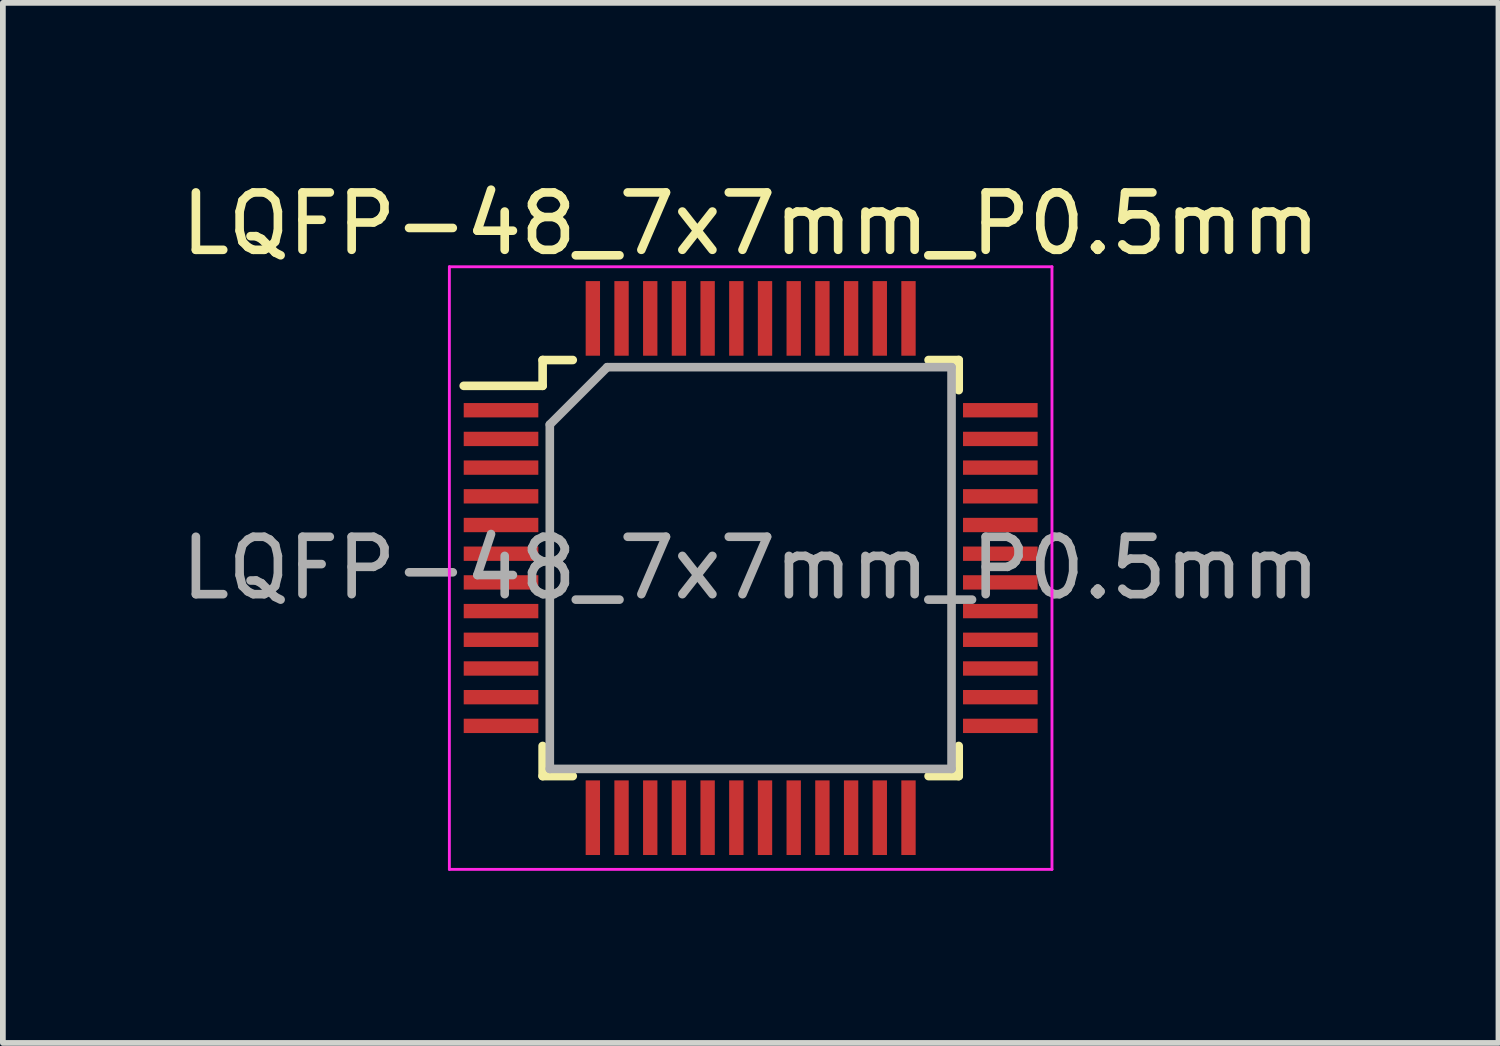
<source format=kicad_pcb>
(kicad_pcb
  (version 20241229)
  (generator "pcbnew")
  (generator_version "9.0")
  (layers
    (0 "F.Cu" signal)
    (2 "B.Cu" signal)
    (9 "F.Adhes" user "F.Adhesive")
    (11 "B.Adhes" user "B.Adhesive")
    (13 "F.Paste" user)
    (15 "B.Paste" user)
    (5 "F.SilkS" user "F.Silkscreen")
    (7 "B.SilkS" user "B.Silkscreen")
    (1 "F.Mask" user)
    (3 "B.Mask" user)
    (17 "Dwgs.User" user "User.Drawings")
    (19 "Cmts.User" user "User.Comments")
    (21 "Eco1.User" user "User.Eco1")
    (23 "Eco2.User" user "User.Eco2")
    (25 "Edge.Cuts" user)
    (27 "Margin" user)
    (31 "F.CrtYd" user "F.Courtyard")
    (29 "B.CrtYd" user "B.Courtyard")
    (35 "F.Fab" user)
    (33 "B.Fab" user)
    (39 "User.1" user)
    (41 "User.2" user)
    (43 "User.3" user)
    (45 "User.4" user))
  (footprint "LQFP-48_7x7mm_P0.5mm"
    (layer "F.Cu")
    (at 10.03 6.848)
    (property "Reference" "LQFP-48_7x7mm_P0.5mm" (at 0 -6 0) (layer "F.SilkS") (effects (font (size 1 1) (thickness 0.15))))
    (attr smd)
    (fp_line (start -3.625 -3.625) (end -3.625 -3.175) (stroke (width 0.15) (type solid)) (layer "F.SilkS"))
    (fp_line (start -3.625 -3.625) (end -3.1 -3.625) (stroke (width 0.15) (type solid)) (layer "F.SilkS"))
    (fp_line (start -3.625 -3.175) (end -5 -3.175) (stroke (width 0.15) (type solid)) (layer "F.SilkS"))
    (fp_line (start -3.625 3.625) (end -3.625 3.1) (stroke (width 0.15) (type solid)) (layer "F.SilkS"))
    (fp_line (start -3.625 3.625) (end -3.1 3.625) (stroke (width 0.15) (type solid)) (layer "F.SilkS"))
    (fp_line (start 3.625 -3.625) (end 3.1 -3.625) (stroke (width 0.15) (type solid)) (layer "F.SilkS"))
    (fp_line (start 3.625 -3.625) (end 3.625 -3.1) (stroke (width 0.15) (type solid)) (layer "F.SilkS"))
    (fp_line (start 3.625 3.625) (end 3.1 3.625) (stroke (width 0.15) (type solid)) (layer "F.SilkS"))
    (fp_line (start 3.625 3.625) (end 3.625 3.1) (stroke (width 0.15) (type solid)) (layer "F.SilkS"))
    (fp_line (start -5.25 -5.25) (end -5.25 5.25) (stroke (width 0.05) (type solid)) (layer "F.CrtYd"))
    (fp_line (start -5.25 -5.25) (end 5.25 -5.25) (stroke (width 0.05) (type solid)) (layer "F.CrtYd"))
    (fp_line (start -5.25 5.25) (end 5.25 5.25) (stroke (width 0.05) (type solid)) (layer "F.CrtYd"))
    (fp_line (start 5.25 -5.25) (end 5.25 5.25) (stroke (width 0.05) (type solid)) (layer "F.CrtYd"))
    (fp_line (start -3.5 -2.5) (end -2.5 -3.5) (stroke (width 0.15) (type solid)) (layer "F.Fab"))
    (fp_line (start -3.5 3.5) (end -3.5 -2.5) (stroke (width 0.15) (type solid)) (layer "F.Fab"))
    (fp_line (start -2.5 -3.5) (end 3.5 -3.5) (stroke (width 0.15) (type solid)) (layer "F.Fab"))
    (fp_line (start 3.5 -3.5) (end 3.5 3.5) (stroke (width 0.15) (type solid)) (layer "F.Fab"))
    (fp_line (start 3.5 3.5) (end -3.5 3.5) (stroke (width 0.15) (type solid)) (layer "F.Fab"))
    (fp_text user "${REFERENCE}" (at 0 0 0) (layer "F.Fab") (effects (font (size 1 1) (thickness 0.15))))
    (pad "1" smd rect (at -4.35 -2.75) (size 1.3 0.25) (layers "F.Cu" "F.Mask" "F.Paste"))
    (pad "2" smd rect (at -4.35 -2.25) (size 1.3 0.25) (layers "F.Cu" "F.Mask" "F.Paste"))
    (pad "3" smd rect (at -4.35 -1.75) (size 1.3 0.25) (layers "F.Cu" "F.Mask" "F.Paste"))
    (pad "4" smd rect (at -4.35 -1.25) (size 1.3 0.25) (layers "F.Cu" "F.Mask" "F.Paste"))
    (pad "5" smd rect (at -4.35 -0.75) (size 1.3 0.25) (layers "F.Cu" "F.Mask" "F.Paste"))
    (pad "6" smd rect (at -4.35 -0.25) (size 1.3 0.25) (layers "F.Cu" "F.Mask" "F.Paste"))
    (pad "7" smd rect (at -4.35 0.25) (size 1.3 0.25) (layers "F.Cu" "F.Mask" "F.Paste"))
    (pad "8" smd rect (at -4.35 0.75) (size 1.3 0.25) (layers "F.Cu" "F.Mask" "F.Paste"))
    (pad "9" smd rect (at -4.35 1.25) (size 1.3 0.25) (layers "F.Cu" "F.Mask" "F.Paste"))
    (pad "10" smd rect (at -4.35 1.75) (size 1.3 0.25) (layers "F.Cu" "F.Mask" "F.Paste"))
    (pad "11" smd rect (at -4.35 2.25) (size 1.3 0.25) (layers "F.Cu" "F.Mask" "F.Paste"))
    (pad "12" smd rect (at -4.35 2.75) (size 1.3 0.25) (layers "F.Cu" "F.Mask" "F.Paste"))
    (pad "13" smd rect (at -2.75 4.35 90) (size 1.3 0.25) (layers "F.Cu" "F.Mask" "F.Paste"))
    (pad "14" smd rect (at -2.25 4.35 90) (size 1.3 0.25) (layers "F.Cu" "F.Mask" "F.Paste"))
    (pad "15" smd rect (at -1.75 4.35 90) (size 1.3 0.25) (layers "F.Cu" "F.Mask" "F.Paste"))
    (pad "16" smd rect (at -1.25 4.35 90) (size 1.3 0.25) (layers "F.Cu" "F.Mask" "F.Paste"))
    (pad "17" smd rect (at -0.75 4.35 90) (size 1.3 0.25) (layers "F.Cu" "F.Mask" "F.Paste"))
    (pad "18" smd rect (at -0.25 4.35 90) (size 1.3 0.25) (layers "F.Cu" "F.Mask" "F.Paste"))
    (pad "19" smd rect (at 0.25 4.35 90) (size 1.3 0.25) (layers "F.Cu" "F.Mask" "F.Paste"))
    (pad "20" smd rect (at 0.75 4.35 90) (size 1.3 0.25) (layers "F.Cu" "F.Mask" "F.Paste"))
    (pad "21" smd rect (at 1.25 4.35 90) (size 1.3 0.25) (layers "F.Cu" "F.Mask" "F.Paste"))
    (pad "22" smd rect (at 1.75 4.35 90) (size 1.3 0.25) (layers "F.Cu" "F.Mask" "F.Paste"))
    (pad "23" smd rect (at 2.25 4.35 90) (size 1.3 0.25) (layers "F.Cu" "F.Mask" "F.Paste"))
    (pad "24" smd rect (at 2.75 4.35 90) (size 1.3 0.25) (layers "F.Cu" "F.Mask" "F.Paste"))
    (pad "25" smd rect (at 4.35 2.75) (size 1.3 0.25) (layers "F.Cu" "F.Mask" "F.Paste"))
    (pad "26" smd rect (at 4.35 2.25) (size 1.3 0.25) (layers "F.Cu" "F.Mask" "F.Paste"))
    (pad "27" smd rect (at 4.35 1.75) (size 1.3 0.25) (layers "F.Cu" "F.Mask" "F.Paste"))
    (pad "28" smd rect (at 4.35 1.25) (size 1.3 0.25) (layers "F.Cu" "F.Mask" "F.Paste"))
    (pad "29" smd rect (at 4.35 0.75) (size 1.3 0.25) (layers "F.Cu" "F.Mask" "F.Paste"))
    (pad "30" smd rect (at 4.35 0.25) (size 1.3 0.25) (layers "F.Cu" "F.Mask" "F.Paste"))
    (pad "31" smd rect (at 4.35 -0.25) (size 1.3 0.25) (layers "F.Cu" "F.Mask" "F.Paste"))
    (pad "32" smd rect (at 4.35 -0.75) (size 1.3 0.25) (layers "F.Cu" "F.Mask" "F.Paste"))
    (pad "33" smd rect (at 4.35 -1.25) (size 1.3 0.25) (layers "F.Cu" "F.Mask" "F.Paste"))
    (pad "34" smd rect (at 4.35 -1.75) (size 1.3 0.25) (layers "F.Cu" "F.Mask" "F.Paste"))
    (pad "35" smd rect (at 4.35 -2.25) (size 1.3 0.25) (layers "F.Cu" "F.Mask" "F.Paste"))
    (pad "36" smd rect (at 4.35 -2.75) (size 1.3 0.25) (layers "F.Cu" "F.Mask" "F.Paste"))
    (pad "37" smd rect (at 2.75 -4.35 90) (size 1.3 0.25) (layers "F.Cu" "F.Mask" "F.Paste"))
    (pad "38" smd rect (at 2.25 -4.35 90) (size 1.3 0.25) (layers "F.Cu" "F.Mask" "F.Paste"))
    (pad "39" smd rect (at 1.75 -4.35 90) (size 1.3 0.25) (layers "F.Cu" "F.Mask" "F.Paste"))
    (pad "40" smd rect (at 1.25 -4.35 90) (size 1.3 0.25) (layers "F.Cu" "F.Mask" "F.Paste"))
    (pad "41" smd rect (at 0.75 -4.35 90) (size 1.3 0.25) (layers "F.Cu" "F.Mask" "F.Paste"))
    (pad "42" smd rect (at 0.25 -4.35 90) (size 1.3 0.25) (layers "F.Cu" "F.Mask" "F.Paste"))
    (pad "43" smd rect (at -0.25 -4.35 90) (size 1.3 0.25) (layers "F.Cu" "F.Mask" "F.Paste"))
    (pad "44" smd rect (at -0.75 -4.35 90) (size 1.3 0.25) (layers "F.Cu" "F.Mask" "F.Paste"))
    (pad "45" smd rect (at -1.25 -4.35 90) (size 1.3 0.25) (layers "F.Cu" "F.Mask" "F.Paste"))
    (pad "46" smd rect (at -1.75 -4.35 90) (size 1.3 0.25) (layers "F.Cu" "F.Mask" "F.Paste"))
    (pad "47" smd rect (at -2.25 -4.35 90) (size 1.3 0.25) (layers "F.Cu" "F.Mask" "F.Paste"))
    (pad "48" smd rect (at -2.75 -4.35 90) (size 1.3 0.25) (layers "F.Cu" "F.Mask" "F.Paste")))
  (gr_rect
    (start -3 -3)
    (end 23.06 15.123)
    (stroke (width 0.1) (type default))
    (fill no)
    (layer "Edge.Cuts")))
</source>
